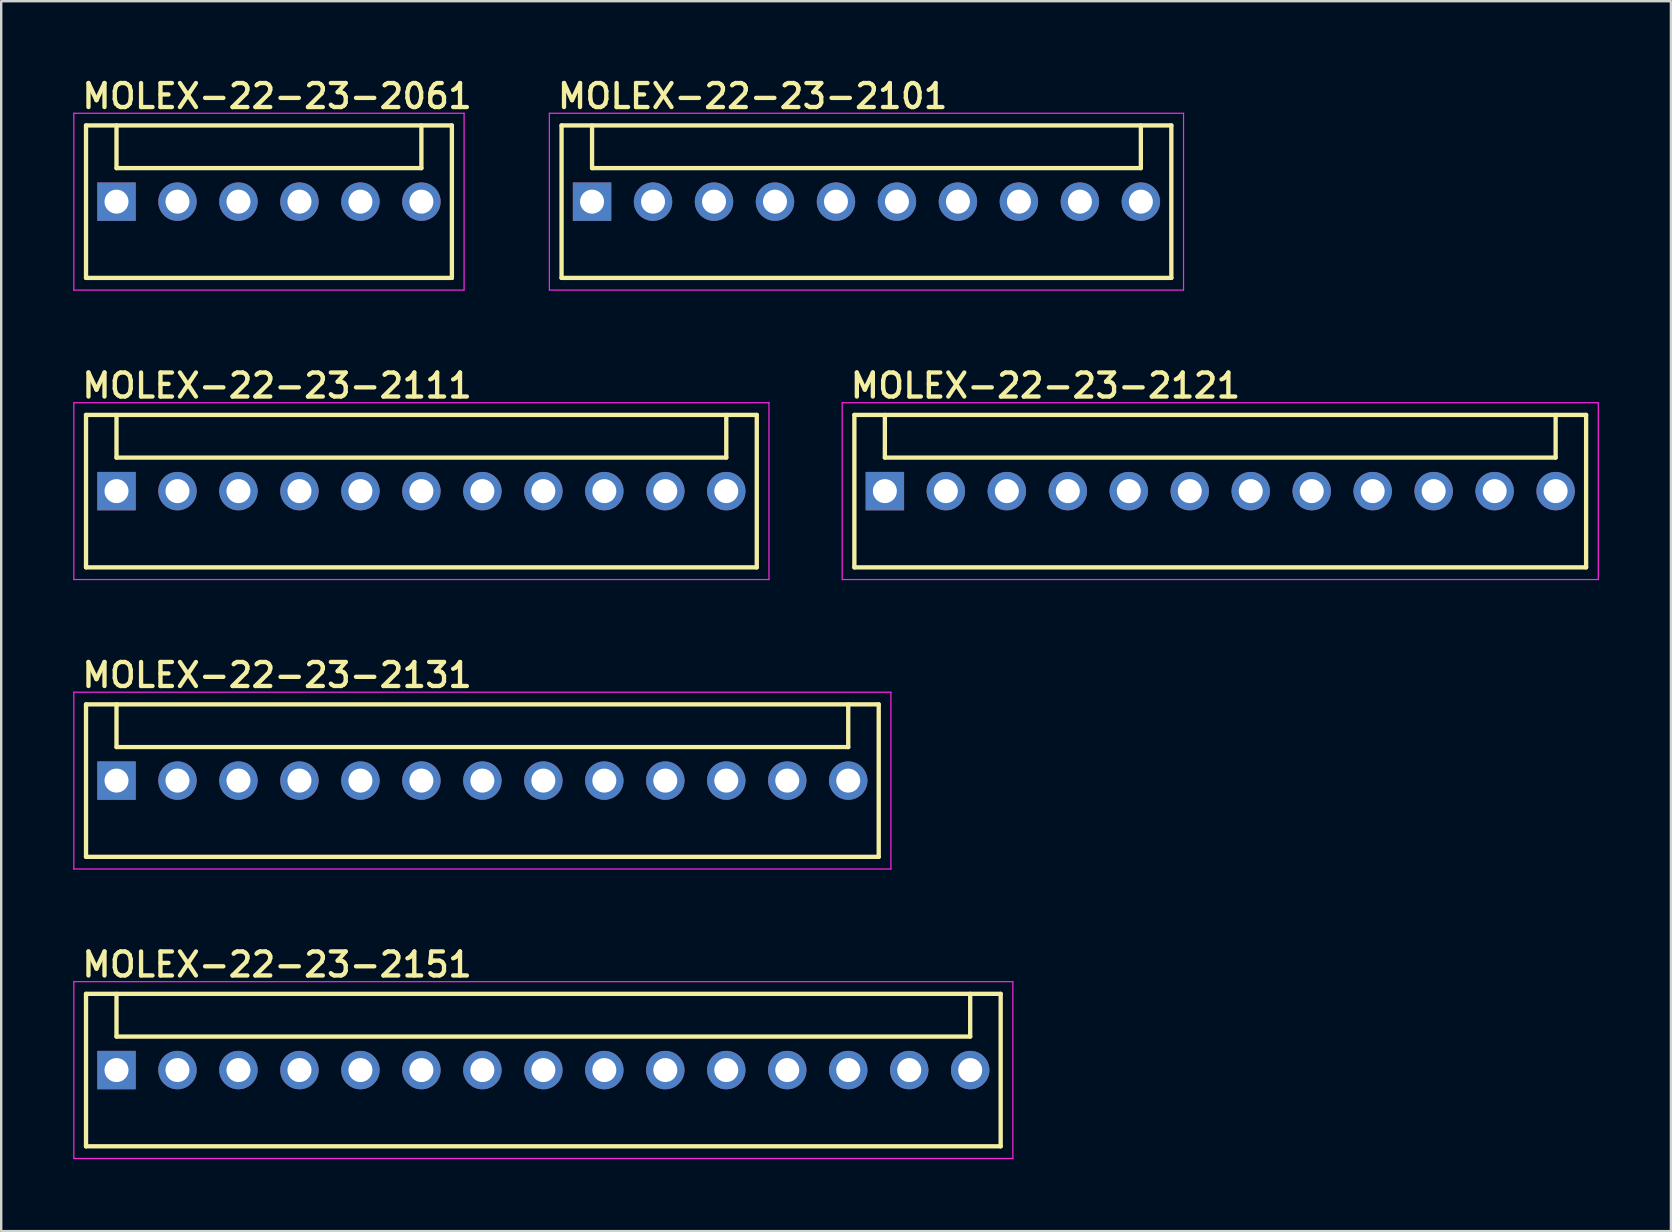
<source format=kicad_pcb>
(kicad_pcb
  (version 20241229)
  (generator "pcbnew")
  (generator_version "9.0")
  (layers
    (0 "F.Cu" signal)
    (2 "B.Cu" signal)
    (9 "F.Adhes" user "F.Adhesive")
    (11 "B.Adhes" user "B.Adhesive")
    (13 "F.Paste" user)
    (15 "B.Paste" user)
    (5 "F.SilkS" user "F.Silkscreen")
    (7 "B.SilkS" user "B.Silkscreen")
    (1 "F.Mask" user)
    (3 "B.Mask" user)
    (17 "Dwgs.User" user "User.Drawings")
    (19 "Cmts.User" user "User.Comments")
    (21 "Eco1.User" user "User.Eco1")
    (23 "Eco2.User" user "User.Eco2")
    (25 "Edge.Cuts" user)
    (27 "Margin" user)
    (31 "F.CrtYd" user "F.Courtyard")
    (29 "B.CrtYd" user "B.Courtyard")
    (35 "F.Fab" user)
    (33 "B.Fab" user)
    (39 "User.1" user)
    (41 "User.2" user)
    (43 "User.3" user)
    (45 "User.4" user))
  (footprint "MOLEX-22-23-2061"
    (layer "F.Cu")
    (at 8.153 5.35)
    (property "Reference" "MOLEX-22-23-2061" (at -7.874 -3.81 0) (layer "F.SilkS") (effects (font (size 1 1) (thickness 0.18)) (justify left bottom)))
    (attr through_hole)
    (fp_line (start -7.62 3.175) (end -7.62 -3.175) (stroke (width 0.18) (type solid)) (layer "F.SilkS"))
    (fp_line (start -6.35 -1.397) (end -6.35 -3.175) (stroke (width 0.18) (type solid)) (layer "F.SilkS"))
    (fp_line (start -6.35 -1.397) (end 6.35 -1.397) (stroke (width 0.18) (type solid)) (layer "F.SilkS"))
    (fp_line (start 6.35 -1.397) (end 6.35 -3.175) (stroke (width 0.18) (type solid)) (layer "F.SilkS"))
    (fp_line (start 7.62 -3.175) (end -7.62 -3.175) (stroke (width 0.18) (type solid)) (layer "F.SilkS"))
    (fp_line (start 7.62 -3.175) (end 7.62 3.175) (stroke (width 0.18) (type solid)) (layer "F.SilkS"))
    (fp_line (start 7.62 3.175) (end -7.62 3.175) (stroke (width 0.18) (type solid)) (layer "F.SilkS"))
    (fp_line (start -8.128 -3.683) (end 8.128 -3.683) (stroke (width 0.05) (type solid)) (layer "F.CrtYd"))
    (fp_line (start -8.128 3.683) (end -8.128 -3.683) (stroke (width 0.05) (type solid)) (layer "F.CrtYd"))
    (fp_line (start 8.128 -3.683) (end 8.128 3.683) (stroke (width 0.05) (type solid)) (layer "F.CrtYd"))
    (fp_line (start 8.128 3.683) (end -8.128 3.683) (stroke (width 0.05) (type solid)) (layer "F.CrtYd"))
    (pad "1" thru_hole rect (at -6.35 0) (size 1.6 1.6) (drill 1) (layers "*.Cu" "*.Mask"))
    (pad "2" thru_hole circle (at -3.81 0 90) (size 1.6 1.6) (drill 1) (layers "*.Cu" "*.Mask"))
    (pad "3" thru_hole circle (at -1.27 0 90) (size 1.6 1.6) (drill 1) (layers "*.Cu" "*.Mask"))
    (pad "4" thru_hole circle (at 1.27 0 90) (size 1.6 1.6) (drill 1) (layers "*.Cu" "*.Mask"))
    (pad "5" thru_hole circle (at 3.81 0 90) (size 1.6 1.6) (drill 1) (layers "*.Cu" "*.Mask"))
    (pad "6" thru_hole circle (at 6.35 0 90) (size 1.6 1.6) (drill 1) (layers "*.Cu" "*.Mask")))
  (footprint "MOLEX-22-23-2111"
    (layer "F.Cu")
    (at 14.503 17.408)
    (property "Reference" "MOLEX-22-23-2111" (at -14.224 -3.81 0) (layer "F.SilkS") (effects (font (size 1 1) (thickness 0.18)) (justify left bottom)))
    (attr through_hole)
    (fp_line (start -13.97 -3.175) (end 13.97 -3.175) (stroke (width 0.18) (type solid)) (layer "F.SilkS"))
    (fp_line (start -13.97 3.175) (end -13.97 -3.175) (stroke (width 0.18) (type solid)) (layer "F.SilkS"))
    (fp_line (start -12.7 -1.397) (end -12.7 -3.175) (stroke (width 0.18) (type solid)) (layer "F.SilkS"))
    (fp_line (start -12.7 -1.397) (end 12.7 -1.397) (stroke (width 0.18) (type solid)) (layer "F.SilkS"))
    (fp_line (start 12.7 -1.397) (end 12.7 -3.175) (stroke (width 0.18) (type solid)) (layer "F.SilkS"))
    (fp_line (start 13.97 -3.175) (end 13.97 3.175) (stroke (width 0.18) (type solid)) (layer "F.SilkS"))
    (fp_line (start 13.97 3.175) (end -13.97 3.175) (stroke (width 0.18) (type solid)) (layer "F.SilkS"))
    (fp_line (start -14.478 -3.683) (end 14.478 -3.683) (stroke (width 0.05) (type solid)) (layer "F.CrtYd"))
    (fp_line (start -14.478 3.683) (end -14.478 -3.683) (stroke (width 0.05) (type solid)) (layer "F.CrtYd"))
    (fp_line (start 14.478 -3.683) (end 14.478 3.683) (stroke (width 0.05) (type solid)) (layer "F.CrtYd"))
    (fp_line (start 14.478 3.683) (end -14.478 3.683) (stroke (width 0.05) (type solid)) (layer "F.CrtYd"))
    (pad "1" thru_hole rect (at -12.7 0) (size 1.6 1.6) (drill 1) (layers "*.Cu" "*.Mask"))
    (pad "2" thru_hole circle (at -10.16 0 90) (size 1.6 1.6) (drill 1) (layers "*.Cu" "*.Mask"))
    (pad "3" thru_hole circle (at -7.62 0 90) (size 1.6 1.6) (drill 1) (layers "*.Cu" "*.Mask"))
    (pad "4" thru_hole circle (at -5.08 0 90) (size 1.6 1.6) (drill 1) (layers "*.Cu" "*.Mask"))
    (pad "5" thru_hole circle (at -2.54 0 90) (size 1.6 1.6) (drill 1) (layers "*.Cu" "*.Mask"))
    (pad "6" thru_hole circle (at 0 0 90) (size 1.6 1.6) (drill 1) (layers "*.Cu" "*.Mask"))
    (pad "7" thru_hole circle (at 2.54 0 90) (size 1.6 1.6) (drill 1) (layers "*.Cu" "*.Mask"))
    (pad "8" thru_hole circle (at 5.08 0 90) (size 1.6 1.6) (drill 1) (layers "*.Cu" "*.Mask"))
    (pad "9" thru_hole circle (at 7.62 0 90) (size 1.6 1.6) (drill 1) (layers "*.Cu" "*.Mask"))
    (pad "10" thru_hole circle (at 10.16 0 90) (size 1.6 1.6) (drill 1) (layers "*.Cu" "*.Mask"))
    (pad "11" thru_hole circle (at 12.7 0 90) (size 1.6 1.6) (drill 1) (layers "*.Cu" "*.Mask")))
  (footprint "MOLEX-22-23-2151"
    (layer "F.Cu")
    (at 19.583 41.524)
    (property "Reference" "MOLEX-22-23-2151" (at -19.304 -3.81 0) (layer "F.SilkS") (effects (font (size 1 1) (thickness 0.18)) (justify left bottom)))
    (attr through_hole)
    (fp_line (start -19.05 -3.175) (end 19.05 -3.175) (stroke (width 0.18) (type solid)) (layer "F.SilkS"))
    (fp_line (start -19.05 3.175) (end -19.05 -3.175) (stroke (width 0.18) (type solid)) (layer "F.SilkS"))
    (fp_line (start -17.78 -1.397) (end -17.78 -3.175) (stroke (width 0.18) (type solid)) (layer "F.SilkS"))
    (fp_line (start -17.78 -1.397) (end 17.78 -1.397) (stroke (width 0.18) (type solid)) (layer "F.SilkS"))
    (fp_line (start 17.78 -1.397) (end 17.78 -3.175) (stroke (width 0.18) (type solid)) (layer "F.SilkS"))
    (fp_line (start 19.05 -3.175) (end 19.05 3.175) (stroke (width 0.18) (type solid)) (layer "F.SilkS"))
    (fp_line (start 19.05 3.175) (end -19.05 3.175) (stroke (width 0.18) (type solid)) (layer "F.SilkS"))
    (fp_line (start -19.558 -3.683) (end 19.558 -3.683) (stroke (width 0.05) (type solid)) (layer "F.CrtYd"))
    (fp_line (start -19.558 3.683) (end -19.558 -3.683) (stroke (width 0.05) (type solid)) (layer "F.CrtYd"))
    (fp_line (start 19.558 -3.683) (end 19.558 3.683) (stroke (width 0.05) (type solid)) (layer "F.CrtYd"))
    (fp_line (start 19.558 3.683) (end -19.558 3.683) (stroke (width 0.05) (type solid)) (layer "F.CrtYd"))
    (pad "1" thru_hole rect (at -17.78 0) (size 1.6 1.6) (drill 1) (layers "*.Cu" "*.Mask"))
    (pad "2" thru_hole circle (at -15.24 0 90) (size 1.6 1.6) (drill 1) (layers "*.Cu" "*.Mask"))
    (pad "3" thru_hole circle (at -12.7 0 90) (size 1.6 1.6) (drill 1) (layers "*.Cu" "*.Mask"))
    (pad "4" thru_hole circle (at -10.16 0 90) (size 1.6 1.6) (drill 1) (layers "*.Cu" "*.Mask"))
    (pad "5" thru_hole circle (at -7.62 0 90) (size 1.6 1.6) (drill 1) (layers "*.Cu" "*.Mask"))
    (pad "6" thru_hole circle (at -5.08 0 90) (size 1.6 1.6) (drill 1) (layers "*.Cu" "*.Mask"))
    (pad "7" thru_hole circle (at -2.54 0 90) (size 1.6 1.6) (drill 1) (layers "*.Cu" "*.Mask"))
    (pad "8" thru_hole circle (at 0 0 90) (size 1.6 1.6) (drill 1) (layers "*.Cu" "*.Mask"))
    (pad "9" thru_hole circle (at 2.54 0 90) (size 1.6 1.6) (drill 1) (layers "*.Cu" "*.Mask"))
    (pad "10" thru_hole circle (at 5.08 0 90) (size 1.6 1.6) (drill 1) (layers "*.Cu" "*.Mask"))
    (pad "11" thru_hole circle (at 7.62 0 90) (size 1.6 1.6) (drill 1) (layers "*.Cu" "*.Mask"))
    (pad "12" thru_hole circle (at 10.16 0 90) (size 1.6 1.6) (drill 1) (layers "*.Cu" "*.Mask"))
    (pad "13" thru_hole circle (at 12.7 0 90) (size 1.6 1.6) (drill 1) (layers "*.Cu" "*.Mask"))
    (pad "14" thru_hole circle (at 15.24 0 90) (size 1.6 1.6) (drill 1) (layers "*.Cu" "*.Mask"))
    (pad "15" thru_hole circle (at 17.78 0 90) (size 1.6 1.6) (drill 1) (layers "*.Cu" "*.Mask")))
  (footprint "MOLEX-22-23-2131"
    (layer "F.Cu")
    (at 17.043 29.466)
    (property "Reference" "MOLEX-22-23-2131" (at -16.764 -3.81 0) (layer "F.SilkS") (effects (font (size 1 1) (thickness 0.18)) (justify left bottom)))
    (attr through_hole)
    (fp_line (start -16.51 -3.175) (end 16.51 -3.175) (stroke (width 0.18) (type solid)) (layer "F.SilkS"))
    (fp_line (start -16.51 3.175) (end -16.51 -3.175) (stroke (width 0.18) (type solid)) (layer "F.SilkS"))
    (fp_line (start -15.24 -1.397) (end -15.24 -3.175) (stroke (width 0.18) (type solid)) (layer "F.SilkS"))
    (fp_line (start -15.24 -1.397) (end 15.24 -1.397) (stroke (width 0.18) (type solid)) (layer "F.SilkS"))
    (fp_line (start 15.24 -1.397) (end 15.24 -3.175) (stroke (width 0.18) (type solid)) (layer "F.SilkS"))
    (fp_line (start 16.51 -3.175) (end 16.51 3.175) (stroke (width 0.18) (type solid)) (layer "F.SilkS"))
    (fp_line (start 16.51 3.175) (end -16.51 3.175) (stroke (width 0.18) (type solid)) (layer "F.SilkS"))
    (fp_line (start -17.018 -3.683) (end 17.018 -3.683) (stroke (width 0.05) (type solid)) (layer "F.CrtYd"))
    (fp_line (start -17.018 3.683) (end -17.018 -3.683) (stroke (width 0.05) (type solid)) (layer "F.CrtYd"))
    (fp_line (start 17.018 -3.683) (end 17.018 3.683) (stroke (width 0.05) (type solid)) (layer "F.CrtYd"))
    (fp_line (start 17.018 3.683) (end -17.018 3.683) (stroke (width 0.05) (type solid)) (layer "F.CrtYd"))
    (pad "1" thru_hole rect (at -15.24 0) (size 1.6 1.6) (drill 1) (layers "*.Cu" "*.Mask"))
    (pad "2" thru_hole circle (at -12.7 0 90) (size 1.6 1.6) (drill 1) (layers "*.Cu" "*.Mask"))
    (pad "3" thru_hole circle (at -10.16 0 90) (size 1.6 1.6) (drill 1) (layers "*.Cu" "*.Mask"))
    (pad "4" thru_hole circle (at -7.62 0 90) (size 1.6 1.6) (drill 1) (layers "*.Cu" "*.Mask"))
    (pad "5" thru_hole circle (at -5.08 0 90) (size 1.6 1.6) (drill 1) (layers "*.Cu" "*.Mask"))
    (pad "6" thru_hole circle (at -2.54 0 90) (size 1.6 1.6) (drill 1) (layers "*.Cu" "*.Mask"))
    (pad "7" thru_hole circle (at 0 0 90) (size 1.6 1.6) (drill 1) (layers "*.Cu" "*.Mask"))
    (pad "8" thru_hole circle (at 2.54 0 90) (size 1.6 1.6) (drill 1) (layers "*.Cu" "*.Mask"))
    (pad "9" thru_hole circle (at 5.08 0 90) (size 1.6 1.6) (drill 1) (layers "*.Cu" "*.Mask"))
    (pad "10" thru_hole circle (at 7.62 0 90) (size 1.6 1.6) (drill 1) (layers "*.Cu" "*.Mask"))
    (pad "11" thru_hole circle (at 10.16 0 90) (size 1.6 1.6) (drill 1) (layers "*.Cu" "*.Mask"))
    (pad "12" thru_hole circle (at 12.7 0 90) (size 1.6 1.6) (drill 1) (layers "*.Cu" "*.Mask"))
    (pad "13" thru_hole circle (at 15.24 0 90) (size 1.6 1.6) (drill 1) (layers "*.Cu" "*.Mask")))
  (footprint "MOLEX-22-23-2101"
    (layer "F.Cu")
    (at 33.042 5.35)
    (property "Reference" "MOLEX-22-23-2101" (at -12.954 -3.81 0) (layer "F.SilkS") (effects (font (size 1 1) (thickness 0.18)) (justify left bottom)))
    (attr through_hole)
    (fp_line (start -12.7 3.175) (end -12.7 -3.175) (stroke (width 0.18) (type solid)) (layer "F.SilkS"))
    (fp_line (start -11.43 -1.397) (end -11.43 -3.175) (stroke (width 0.18) (type solid)) (layer "F.SilkS"))
    (fp_line (start -11.43 -1.397) (end 11.43 -1.397) (stroke (width 0.18) (type solid)) (layer "F.SilkS"))
    (fp_line (start 11.43 -1.397) (end 11.43 -3.175) (stroke (width 0.18) (type solid)) (layer "F.SilkS"))
    (fp_line (start 12.7 -3.175) (end -12.7 -3.175) (stroke (width 0.18) (type solid)) (layer "F.SilkS"))
    (fp_line (start 12.7 -3.175) (end 12.7 3.175) (stroke (width 0.18) (type solid)) (layer "F.SilkS"))
    (fp_line (start 12.7 3.175) (end -12.7 3.175) (stroke (width 0.18) (type solid)) (layer "F.SilkS"))
    (fp_line (start -13.208 -3.683) (end 13.208 -3.683) (stroke (width 0.05) (type solid)) (layer "F.CrtYd"))
    (fp_line (start -13.208 3.683) (end -13.208 -3.683) (stroke (width 0.05) (type solid)) (layer "F.CrtYd"))
    (fp_line (start 13.208 -3.683) (end 13.208 3.683) (stroke (width 0.05) (type solid)) (layer "F.CrtYd"))
    (fp_line (start 13.208 3.683) (end -13.208 3.683) (stroke (width 0.05) (type solid)) (layer "F.CrtYd"))
    (pad "1" thru_hole rect (at -11.43 0) (size 1.6 1.6) (drill 1) (layers "*.Cu" "*.Mask"))
    (pad "2" thru_hole circle (at -8.89 0 90) (size 1.6 1.6) (drill 1) (layers "*.Cu" "*.Mask"))
    (pad "3" thru_hole circle (at -6.35 0 90) (size 1.6 1.6) (drill 1) (layers "*.Cu" "*.Mask"))
    (pad "4" thru_hole circle (at -3.81 0 90) (size 1.6 1.6) (drill 1) (layers "*.Cu" "*.Mask"))
    (pad "5" thru_hole circle (at -1.27 0 90) (size 1.6 1.6) (drill 1) (layers "*.Cu" "*.Mask"))
    (pad "6" thru_hole circle (at 1.27 0 90) (size 1.6 1.6) (drill 1) (layers "*.Cu" "*.Mask"))
    (pad "7" thru_hole circle (at 3.81 0 90) (size 1.6 1.6) (drill 1) (layers "*.Cu" "*.Mask"))
    (pad "8" thru_hole circle (at 6.35 0 90) (size 1.6 1.6) (drill 1) (layers "*.Cu" "*.Mask"))
    (pad "9" thru_hole circle (at 8.89 0 90) (size 1.6 1.6) (drill 1) (layers "*.Cu" "*.Mask"))
    (pad "10" thru_hole circle (at 11.43 0 90) (size 1.6 1.6) (drill 1) (layers "*.Cu" "*.Mask")))
  (footprint "MOLEX-22-23-2121"
    (layer "F.Cu")
    (at 47.779 17.408)
    (property "Reference" "MOLEX-22-23-2121" (at -15.494 -3.81 0) (layer "F.SilkS") (effects (font (size 1 1) (thickness 0.18)) (justify left bottom)))
    (attr through_hole)
    (fp_line (start -15.24 3.175) (end -15.24 -3.175) (stroke (width 0.18) (type solid)) (layer "F.SilkS"))
    (fp_line (start -13.97 -1.397) (end -13.97 -3.175) (stroke (width 0.18) (type solid)) (layer "F.SilkS"))
    (fp_line (start -13.97 -1.397) (end 13.97 -1.397) (stroke (width 0.18) (type solid)) (layer "F.SilkS"))
    (fp_line (start 13.97 -1.397) (end 13.97 -3.175) (stroke (width 0.18) (type solid)) (layer "F.SilkS"))
    (fp_line (start 15.24 -3.175) (end -15.24 -3.175) (stroke (width 0.18) (type solid)) (layer "F.SilkS"))
    (fp_line (start 15.24 -3.175) (end 15.24 3.175) (stroke (width 0.18) (type solid)) (layer "F.SilkS"))
    (fp_line (start 15.24 3.175) (end -15.24 3.175) (stroke (width 0.18) (type solid)) (layer "F.SilkS"))
    (fp_line (start -15.748 -3.683) (end 15.748 -3.683) (stroke (width 0.05) (type solid)) (layer "F.CrtYd"))
    (fp_line (start -15.748 3.683) (end -15.748 -3.683) (stroke (width 0.05) (type solid)) (layer "F.CrtYd"))
    (fp_line (start 15.748 -3.683) (end 15.748 3.683) (stroke (width 0.05) (type solid)) (layer "F.CrtYd"))
    (fp_line (start 15.748 3.683) (end -15.748 3.683) (stroke (width 0.05) (type solid)) (layer "F.CrtYd"))
    (pad "1" thru_hole rect (at -13.97 0) (size 1.6 1.6) (drill 1) (layers "*.Cu" "*.Mask"))
    (pad "2" thru_hole circle (at -11.43 0 90) (size 1.6 1.6) (drill 1) (layers "*.Cu" "*.Mask"))
    (pad "3" thru_hole circle (at -8.89 0 90) (size 1.6 1.6) (drill 1) (layers "*.Cu" "*.Mask"))
    (pad "4" thru_hole circle (at -6.35 0 90) (size 1.6 1.6) (drill 1) (layers "*.Cu" "*.Mask"))
    (pad "5" thru_hole circle (at -3.81 0 90) (size 1.6 1.6) (drill 1) (layers "*.Cu" "*.Mask"))
    (pad "6" thru_hole circle (at -1.27 0 90) (size 1.6 1.6) (drill 1) (layers "*.Cu" "*.Mask"))
    (pad "7" thru_hole circle (at 1.27 0 90) (size 1.6 1.6) (drill 1) (layers "*.Cu" "*.Mask"))
    (pad "8" thru_hole circle (at 3.81 0 90) (size 1.6 1.6) (drill 1) (layers "*.Cu" "*.Mask"))
    (pad "9" thru_hole circle (at 6.35 0 90) (size 1.6 1.6) (drill 1) (layers "*.Cu" "*.Mask"))
    (pad "10" thru_hole circle (at 8.89 0 90) (size 1.6 1.6) (drill 1) (layers "*.Cu" "*.Mask"))
    (pad "11" thru_hole circle (at 11.43 0 90) (size 1.6 1.6) (drill 1) (layers "*.Cu" "*.Mask"))
    (pad "12" thru_hole circle (at 13.97 0 90) (size 1.6 1.6) (drill 1) (layers "*.Cu" "*.Mask")))
  (gr_rect
    (start -3 -3)
    (end 66.552 48.232)
    (stroke (width 0.1) (type default))
    (fill no)
    (layer "Edge.Cuts")))
</source>
